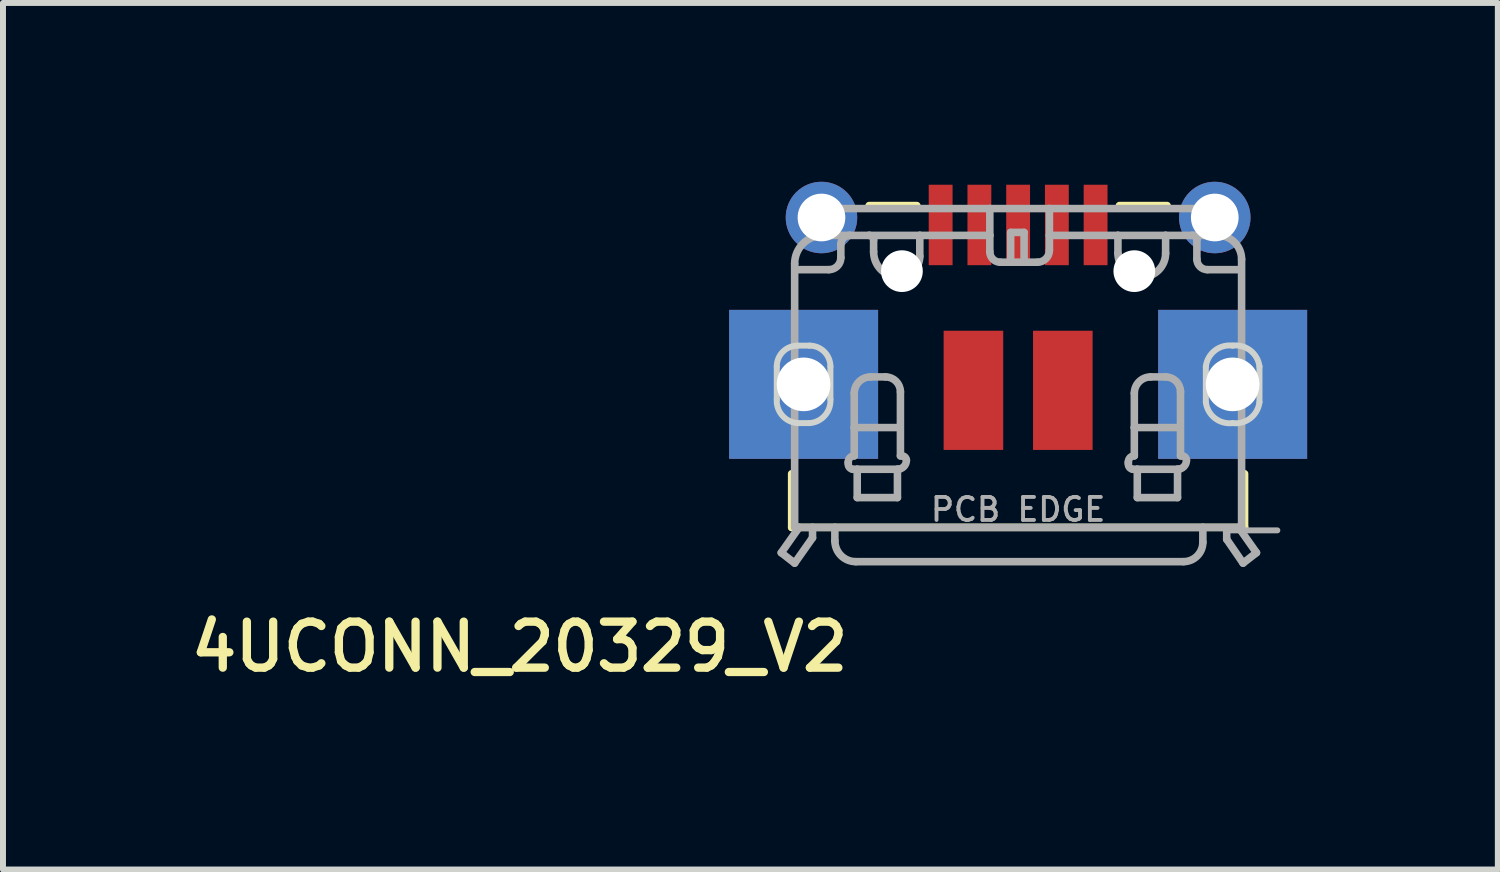
<source format=kicad_pcb>
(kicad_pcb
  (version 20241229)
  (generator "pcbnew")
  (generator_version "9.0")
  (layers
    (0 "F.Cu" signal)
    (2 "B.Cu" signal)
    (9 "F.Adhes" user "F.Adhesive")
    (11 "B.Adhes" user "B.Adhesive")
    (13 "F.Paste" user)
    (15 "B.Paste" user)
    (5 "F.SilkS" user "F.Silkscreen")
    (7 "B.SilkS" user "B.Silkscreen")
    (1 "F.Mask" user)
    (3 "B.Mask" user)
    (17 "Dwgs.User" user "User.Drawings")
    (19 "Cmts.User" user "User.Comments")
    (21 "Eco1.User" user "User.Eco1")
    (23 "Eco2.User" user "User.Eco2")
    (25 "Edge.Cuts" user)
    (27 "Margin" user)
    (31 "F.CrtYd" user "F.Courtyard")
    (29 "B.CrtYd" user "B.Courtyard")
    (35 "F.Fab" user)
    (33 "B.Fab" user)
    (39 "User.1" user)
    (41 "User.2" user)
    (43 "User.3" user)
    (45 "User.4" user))
  (footprint "4UCONN_20329_V2"
    (layer "F.Cu")
    (at 14.035 1.5)
    (property "Reference" "4UCONN_20329_V2" (at -2.778 5.852 180) (layer "F.SilkS") (effects (font (size 0.772 0.772) (thickness 0.139)) (justify right top)))
    (attr through_hole)
    (fp_poly (pts (xy -1.55 -0.05) (xy -1.05 -0.05) (xy -1.05 -1.5) (xy -1.55 -1.5)) (stroke (width 0) (type solid)) (fill yes) (layer "F.Mask"))
    (fp_poly (pts (xy -0.9 -0.05) (xy -0.4 -0.05) (xy -0.4 -1.5) (xy -0.9 -1.5)) (stroke (width 0) (type solid)) (fill yes) (layer "F.Mask"))
    (fp_poly (pts (xy -0.25 -0.05) (xy 0.25 -0.05) (xy 0.25 -1.5) (xy -0.25 -1.5)) (stroke (width 0) (type solid)) (fill yes) (layer "F.Mask"))
    (fp_poly (pts (xy 0.4 -0.05) (xy 0.9 -0.05) (xy 0.9 -1.5) (xy 0.4 -1.5)) (stroke (width 0) (type solid)) (fill yes) (layer "F.Mask"))
    (fp_poly (pts (xy 1.05 -0.05) (xy 1.55 -0.05) (xy 1.55 -1.5) (xy 1.05 -1.5)) (stroke (width 0) (type solid)) (fill yes) (layer "F.Mask"))
    (fp_line (start -3.8 3.4) (end -3.8 4.3) (stroke (width 0.127) (type solid)) (layer "F.SilkS"))
    (fp_line (start -3.8 4.3) (end 3.8 4.3) (stroke (width 0.127) (type solid)) (layer "F.SilkS"))
    (fp_line (start -2.5 -1.1) (end -1.7 -1.1) (stroke (width 0.127) (type solid)) (layer "F.SilkS"))
    (fp_line (start 1.7 -1.1) (end 2.5 -1.1) (stroke (width 0.127) (type solid)) (layer "F.SilkS"))
    (fp_line (start 3.8 4.3) (end 3.8 3.4) (stroke (width 0.127) (type solid)) (layer "F.SilkS"))
    (fp_poly (pts (xy -4.85 3.15) (xy -2.35 3.15) (xy -2.35 0.65) (xy -4.85 0.65)) (stroke (width 0) (type solid)) (fill yes) (layer "F.Paste"))
    (fp_poly (pts (xy 2.35 3.15) (xy 4.85 3.15) (xy 4.85 0.65) (xy 2.35 0.65)) (stroke (width 0) (type solid)) (fill yes) (layer "F.Paste"))
    (fp_poly (pts (xy -5.05 -0.9) (xy -5.014 -0.724) (xy -4.925 -0.567) (xy -4.793 -0.445) (xy -4.45 -0.35) (xy -3.35 -0.35) (xy -3.171 -0.37) (xy -3.007 -0.445) (xy -2.875 -0.567) (xy -2.786 -0.724) (xy -2.75 -0.9) (xy -2.786 -1.076) (xy -2.875 -1.233) (xy -3.007 -1.355) (xy -3.35 -1.45) (xy -4.45 -1.45) (xy -4.629 -1.43) (xy -4.793 -1.355) (xy -4.925 -1.233)) (stroke (width 0) (type solid)) (fill yes) (layer "F.Paste"))
    (fp_poly (pts (xy 2.75 -0.9) (xy 2.786 -0.724) (xy 2.875 -0.567) (xy 3.007 -0.445) (xy 3.35 -0.35) (xy 4.45 -0.35) (xy 4.629 -0.37) (xy 4.793 -0.445) (xy 4.925 -0.567) (xy 5.014 -0.724) (xy 5.05 -0.9) (xy 5.014 -1.076) (xy 4.925 -1.233) (xy 4.793 -1.355) (xy 4.45 -1.45) (xy 3.35 -1.45) (xy 3.171 -1.43) (xy 3.007 -1.355) (xy 2.875 -1.233)) (stroke (width 0) (type solid)) (fill yes) (layer "F.Paste"))
    (fp_line (start -4.05 2.15) (end -4.05 1.6) (stroke (width 0.1) (type solid)) (layer "Edge.Cuts"))
    (fp_line (start -3.7 1.25) (end -3.5 1.25) (stroke (width 0.1) (type solid)) (layer "Edge.Cuts"))
    (fp_line (start -3.5 2.55) (end -3.7 2.55) (stroke (width 0.1) (type solid)) (layer "Edge.Cuts"))
    (fp_line (start -3.15 1.6) (end -3.15 2.15) (stroke (width 0.1) (type solid)) (layer "Edge.Cuts"))
    (fp_line (start 3.15 2.2) (end 3.15 1.6) (stroke (width 0.1) (type solid)) (layer "Edge.Cuts"))
    (fp_line (start 4.05 1.6) (end 4.05 2.2) (stroke (width 0.1) (type solid)) (layer "Edge.Cuts"))
    (fp_arc (start -4.05 1.6) (mid -3.947487 1.352513) (end -3.7 1.25) (stroke (width 0.1) (type solid)) (layer "Edge.Cuts"))
    (fp_arc (start -3.7 2.55) (mid -3.957843 2.422487) (end -4.05 2.15) (stroke (width 0.1) (type solid)) (layer "Edge.Cuts"))
    (fp_arc (start -3.5 1.25) (mid -3.252513 1.352513) (end -3.15 1.6) (stroke (width 0.1) (type solid)) (layer "Edge.Cuts"))
    (fp_arc (start -3.15 2.15) (mid -3.242157 2.422487) (end -3.5 2.55) (stroke (width 0.1) (type solid)) (layer "Edge.Cuts"))
    (fp_arc (start 3.15 1.6) (mid 3.302513 1.331802) (end 3.6 1.25) (stroke (width 0.1) (type solid)) (layer "Edge.Cuts"))
    (fp_arc (start 3.6 1.25) (mid 3.897487 1.331802) (end 4.05 1.6) (stroke (width 0.1) (type solid)) (layer "Edge.Cuts"))
    (fp_arc (start 3.6 2.55) (mid 3.302513 2.468198) (end 3.15 2.2) (stroke (width 0.1) (type solid)) (layer "Edge.Cuts"))
    (fp_arc (start 4.05 2.2) (mid 3.897487 2.468198) (end 3.6 2.55) (stroke (width 0.1) (type solid)) (layer "Edge.Cuts"))
    (fp_line (start -3.975 4.725) (end -3.75 4.9) (stroke (width 0.127) (type solid)) (layer "F.Fab"))
    (fp_line (start -3.975 4.725) (end -3.675 4.3) (stroke (width 0.127) (type solid)) (layer "F.Fab"))
    (fp_line (start -3.75 -0.125) (end -3.75 4.3) (stroke (width 0.127) (type solid)) (layer "F.Fab"))
    (fp_line (start -3.75 4.3) (end -3.675 4.3) (stroke (width 0.127) (type solid)) (layer "F.Fab"))
    (fp_line (start -3.75 4.9) (end -3.45 4.475) (stroke (width 0.127) (type solid)) (layer "F.Fab"))
    (fp_line (start -3.725 -0.025) (end -3.175 -0.025) (stroke (width 0.127) (type solid)) (layer "F.Fab"))
    (fp_line (start -3.675 4.3) (end -3.45 4.3) (stroke (width 0.127) (type solid)) (layer "F.Fab"))
    (fp_line (start -3.575 -1.05) (end -0.475 -1.05) (stroke (width 0.127) (type solid)) (layer "F.Fab"))
    (fp_line (start -3.575 -0.75) (end -3.575 -1.05) (stroke (width 0.127) (type solid)) (layer "F.Fab"))
    (fp_line (start -3.45 4.3) (end -3.075 4.3) (stroke (width 0.127) (type solid)) (layer "F.Fab"))
    (fp_line (start -3.45 4.475) (end -3.45 4.3) (stroke (width 0.127) (type solid)) (layer "F.Fab"))
    (fp_line (start -3.425 -0.75) (end -3.575 -0.75) (stroke (width 0.127) (type solid)) (layer "F.Fab"))
    (fp_line (start -3.425 -0.625) (end -3.425 -0.75) (stroke (width 0.127) (type solid)) (layer "F.Fab"))
    (fp_line (start -3.075 4.3) (end -3.075 4.525) (stroke (width 0.127) (type solid)) (layer "F.Fab"))
    (fp_line (start -3.075 4.3) (end 3.1 4.3) (stroke (width 0.127) (type solid)) (layer "F.Fab"))
    (fp_line (start -2.975 -0.225) (end -2.975 -0.45) (stroke (width 0.127) (type solid)) (layer "F.Fab"))
    (fp_line (start -2.85 3.225) (end -2.85 3.2) (stroke (width 0.127) (type solid)) (layer "F.Fab"))
    (fp_line (start -2.825 -0.6) (end -3.275 -0.6) (stroke (width 0.127) (type solid)) (layer "F.Fab"))
    (fp_line (start -2.825 -0.6) (end -2.5 -0.6) (stroke (width 0.127) (type solid)) (layer "F.Fab"))
    (fp_line (start -2.75 2.625) (end -2.75 2.05) (stroke (width 0.127) (type solid)) (layer "F.Fab"))
    (fp_line (start -2.75 2.625) (end -2 2.625) (stroke (width 0.127) (type solid)) (layer "F.Fab"))
    (fp_line (start -2.75 3.1) (end -2.75 2.625) (stroke (width 0.127) (type solid)) (layer "F.Fab"))
    (fp_line (start -2.725 4.875) (end 2.775 4.875) (stroke (width 0.127) (type solid)) (layer "F.Fab"))
    (fp_line (start -2.7 3.325) (end -2.775 3.325) (stroke (width 0.127) (type solid)) (layer "F.Fab"))
    (fp_line (start -2.7 3.325) (end -2 3.325) (stroke (width 0.127) (type solid)) (layer "F.Fab"))
    (fp_line (start -2.7 3.8) (end -2.7 3.325) (stroke (width 0.127) (type solid)) (layer "F.Fab"))
    (fp_line (start -2.475 1.775) (end -2.225 1.775) (stroke (width 0.127) (type solid)) (layer "F.Fab"))
    (fp_line (start -2.425 -0.525) (end -2.425 -0.325) (stroke (width 0.127) (type solid)) (layer "F.Fab"))
    (fp_line (start -2.025 3.325) (end -2.025 3.8) (stroke (width 0.127) (type solid)) (layer "F.Fab"))
    (fp_line (start -2.025 3.8) (end -2.7 3.8) (stroke (width 0.127) (type solid)) (layer "F.Fab"))
    (fp_line (start -1.975 2.025) (end -1.975 3.1) (stroke (width 0.127) (type solid)) (layer "F.Fab"))
    (fp_line (start -1.975 3.1) (end -1.95 3.1) (stroke (width 0.127) (type solid)) (layer "F.Fab"))
    (fp_line (start -1.65 -0.6) (end -2.5 -0.6) (stroke (width 0.127) (type solid)) (layer "F.Fab"))
    (fp_line (start -1.65 -0.25) (end -1.65 -0.6) (stroke (width 0.127) (type solid)) (layer "F.Fab"))
    (fp_line (start -0.475 -1.05) (end 0.525 -1.05) (stroke (width 0.127) (type solid)) (layer "F.Fab"))
    (fp_line (start -0.475 -0.6) (end -1.65 -0.6) (stroke (width 0.127) (type solid)) (layer "F.Fab"))
    (fp_line (start -0.475 -0.6) (end -0.475 -1.05) (stroke (width 0.127) (type solid)) (layer "F.Fab"))
    (fp_line (start -0.475 -0.325) (end -0.475 -0.6) (stroke (width 0.127) (type solid)) (layer "F.Fab"))
    (fp_line (start -0.125 -0.65) (end 0.1 -0.65) (stroke (width 0.127) (type solid)) (layer "F.Fab"))
    (fp_line (start -0.125 -0.175) (end -0.125 -0.65) (stroke (width 0.127) (type solid)) (layer "F.Fab"))
    (fp_line (start 0.1 -0.65) (end 0.1 -0.175) (stroke (width 0.127) (type solid)) (layer "F.Fab"))
    (fp_line (start 0.325 -0.15) (end -0.3 -0.15) (stroke (width 0.127) (type solid)) (layer "F.Fab"))
    (fp_line (start 0.525 -1.05) (end 0.525 -0.6) (stroke (width 0.127) (type solid)) (layer "F.Fab"))
    (fp_line (start 0.525 -1.05) (end 3.6 -1.05) (stroke (width 0.127) (type solid)) (layer "F.Fab"))
    (fp_line (start 0.525 -0.6) (end 0.525 -0.35) (stroke (width 0.127) (type solid)) (layer "F.Fab"))
    (fp_line (start 1.675 -0.6) (end 0.525 -0.6) (stroke (width 0.127) (type solid)) (layer "F.Fab"))
    (fp_line (start 1.675 -0.6) (end 1.675 -0.3) (stroke (width 0.127) (type solid)) (layer "F.Fab"))
    (fp_line (start 1.85 3.225) (end 1.85 3.2) (stroke (width 0.127) (type solid)) (layer "F.Fab"))
    (fp_line (start 1.95 2.625) (end 1.95 2.05) (stroke (width 0.127) (type solid)) (layer "F.Fab"))
    (fp_line (start 1.95 2.625) (end 2.7 2.625) (stroke (width 0.127) (type solid)) (layer "F.Fab"))
    (fp_line (start 1.95 3.1) (end 1.95 2.625) (stroke (width 0.127) (type solid)) (layer "F.Fab"))
    (fp_line (start 2 3.325) (end 1.925 3.325) (stroke (width 0.127) (type solid)) (layer "F.Fab"))
    (fp_line (start 2 3.325) (end 2.7 3.325) (stroke (width 0.127) (type solid)) (layer "F.Fab"))
    (fp_line (start 2 3.8) (end 2 3.325) (stroke (width 0.127) (type solid)) (layer "F.Fab"))
    (fp_line (start 2.225 1.775) (end 2.475 1.775) (stroke (width 0.127) (type solid)) (layer "F.Fab"))
    (fp_line (start 2.475 -0.6) (end 1.675 -0.6) (stroke (width 0.127) (type solid)) (layer "F.Fab"))
    (fp_line (start 2.475 -0.6) (end 2.925 -0.6) (stroke (width 0.127) (type solid)) (layer "F.Fab"))
    (fp_line (start 2.475 -0.3) (end 2.475 -0.6) (stroke (width 0.127) (type solid)) (layer "F.Fab"))
    (fp_line (start 2.675 3.325) (end 2.675 3.8) (stroke (width 0.127) (type solid)) (layer "F.Fab"))
    (fp_line (start 2.675 3.8) (end 2 3.8) (stroke (width 0.127) (type solid)) (layer "F.Fab"))
    (fp_line (start 2.725 2.025) (end 2.725 3.1) (stroke (width 0.127) (type solid)) (layer "F.Fab"))
    (fp_line (start 2.725 3.1) (end 2.75 3.1) (stroke (width 0.127) (type solid)) (layer "F.Fab"))
    (fp_line (start 3 -0.525) (end 3 -0.2) (stroke (width 0.127) (type solid)) (layer "F.Fab"))
    (fp_line (start 3.1 4.3) (end 3.7 4.3) (stroke (width 0.127) (type solid)) (layer "F.Fab"))
    (fp_line (start 3.1 4.55) (end 3.1 4.3) (stroke (width 0.127) (type solid)) (layer "F.Fab"))
    (fp_line (start 3.175 -0.025) (end 3.725 -0.025) (stroke (width 0.127) (type solid)) (layer "F.Fab"))
    (fp_line (start 3.35 -0.775) (end 3.35 -0.6) (stroke (width 0.127) (type solid)) (layer "F.Fab"))
    (fp_line (start 3.35 -0.6) (end 2.925 -0.6) (stroke (width 0.127) (type solid)) (layer "F.Fab"))
    (fp_line (start 3.5 4.35) (end 4.35 4.35) (stroke (width 0.1) (type solid)) (layer "F.Fab"))
    (fp_line (start 3.5 4.5) (end 3.5 4.35) (stroke (width 0.127) (type solid)) (layer "F.Fab"))
    (fp_line (start 3.6 -1.05) (end 3.6 -0.775) (stroke (width 0.127) (type solid)) (layer "F.Fab"))
    (fp_line (start 3.6 -0.775) (end 3.35 -0.775) (stroke (width 0.127) (type solid)) (layer "F.Fab"))
    (fp_line (start 3.7 4.3) (end 3.75 4.3) (stroke (width 0.127) (type solid)) (layer "F.Fab"))
    (fp_line (start 3.7 4.3) (end 4 4.725) (stroke (width 0.127) (type solid)) (layer "F.Fab"))
    (fp_line (start 3.75 4.3) (end 3.75 -0.2) (stroke (width 0.127) (type solid)) (layer "F.Fab"))
    (fp_line (start 3.775 4.9) (end 3.5 4.5) (stroke (width 0.127) (type solid)) (layer "F.Fab"))
    (fp_line (start 4 4.725) (end 3.775 4.9) (stroke (width 0.127) (type solid)) (layer "F.Fab"))
    (fp_arc (start -3.750001 -0.124999) (mid -3.610876 -0.460875) (end -3.275 -0.6) (stroke (width 0.127) (type solid)) (layer "F.Fab"))
    (fp_arc (start -2.975 -0.45) (mid -2.931066 -0.556066) (end -2.825 -0.6) (stroke (width 0.127) (type solid)) (layer "F.Fab"))
    (fp_arc (start -2.975 -0.225) (mid -3.033579 -0.083579) (end -3.175 -0.025) (stroke (width 0.127) (type solid)) (layer "F.Fab"))
    (fp_arc (start -2.85 3.2) (mid -2.820711 3.129289) (end -2.75 3.1) (stroke (width 0.127) (type solid)) (layer "F.Fab"))
    (fp_arc (start -2.775 3.325) (mid -2.833211 3.290533) (end -2.85 3.225) (stroke (width 0.127) (type solid)) (layer "F.Fab"))
    (fp_arc (start -2.75 2.05) (mid -2.669454 1.855546) (end -2.475 1.775) (stroke (width 0.127) (type solid)) (layer "F.Fab"))
    (fp_arc (start -2.725 4.875) (mid -2.972487 4.772487) (end -3.075 4.525) (stroke (width 0.127) (type solid)) (layer "F.Fab"))
    (fp_arc (start -2.5 -0.6) (mid -2.446967 -0.578033) (end -2.425 -0.525) (stroke (width 0.127) (type solid)) (layer "F.Fab"))
    (fp_arc (start -2.225 1.775) (mid -2.048223 1.848223) (end -1.975 2.025) (stroke (width 0.127) (type solid)) (layer "F.Fab"))
    (fp_arc (start -2 0.1) (mid -2.30052 -0.02448) (end -2.425 -0.325) (stroke (width 0.127) (type solid)) (layer "F.Fab"))
    (fp_arc (start -1.95 3.1) (mid -1.896967 3.121967) (end -1.875 3.175) (stroke (width 0.127) (type solid)) (layer "F.Fab"))
    (fp_arc (start -1.875 3.175) (mid -1.918934 3.281066) (end -2.025 3.325) (stroke (width 0.127) (type solid)) (layer "F.Fab"))
    (fp_arc (start -1.65 -0.25) (mid -1.752513 -0.002513) (end -2 0.1) (stroke (width 0.127) (type solid)) (layer "F.Fab"))
    (fp_arc (start -0.3 -0.15) (mid -0.423744 -0.201256) (end -0.475 -0.325) (stroke (width 0.127) (type solid)) (layer "F.Fab"))
    (fp_arc (start 0.525 -0.35) (mid 0.466421 -0.208579) (end 0.325 -0.15) (stroke (width 0.127) (type solid)) (layer "F.Fab"))
    (fp_arc (start 1.85 3.2) (mid 1.879289 3.129289) (end 1.95 3.1) (stroke (width 0.127) (type solid)) (layer "F.Fab"))
    (fp_arc (start 1.925 3.325) (mid 1.866789 3.290533) (end 1.85 3.225) (stroke (width 0.127) (type solid)) (layer "F.Fab"))
    (fp_arc (start 1.95 2.05) (mid 2.030546 1.855546) (end 2.225 1.775) (stroke (width 0.127) (type solid)) (layer "F.Fab"))
    (fp_arc (start 2.075 0.1) (mid 1.792157 -0.017157) (end 1.675 -0.3) (stroke (width 0.127) (type solid)) (layer "F.Fab"))
    (fp_arc (start 2.475 -0.3) (mid 2.357843 -0.017157) (end 2.075 0.1) (stroke (width 0.127) (type solid)) (layer "F.Fab"))
    (fp_arc (start 2.475 1.775) (mid 2.651777 1.848223) (end 2.725 2.025) (stroke (width 0.127) (type solid)) (layer "F.Fab"))
    (fp_arc (start 2.75 3.1) (mid 2.803033 3.121967) (end 2.825 3.175) (stroke (width 0.127) (type solid)) (layer "F.Fab"))
    (fp_arc (start 2.825 3.175) (mid 2.781066 3.281066) (end 2.675 3.325) (stroke (width 0.127) (type solid)) (layer "F.Fab"))
    (fp_arc (start 2.925 -0.6) (mid 2.978033 -0.578033) (end 3 -0.525) (stroke (width 0.127) (type solid)) (layer "F.Fab"))
    (fp_arc (start 3.1 4.55) (mid 3.00481 4.77981) (end 2.775 4.875) (stroke (width 0.127) (type solid)) (layer "F.Fab"))
    (fp_arc (start 3.175 -0.025) (mid 3.051256 -0.076256) (end 3 -0.2) (stroke (width 0.127) (type solid)) (layer "F.Fab"))
    (fp_arc (start 3.349999 -0.599999) (mid 3.632842 -0.482842) (end 3.75 -0.2) (stroke (width 0.127) (type solid)) (layer "F.Fab"))
    (fp_text user "PCB EDGE" (at 0 4 0) (layer "F.Fab") (effects (font (size 0.386 0.386) (thickness 0.065))))
    (pad "" np_thru_hole circle (at -1.95 0) (size 0.7 0.7) (drill 0.7) (layers "*.Cu"))
    (pad "" np_thru_hole circle (at 1.95 0) (size 0.7 0.7) (drill 0.7) (layers "*.Cu"))
    (pad "BASE@1" smd rect (at -0.75 2 90) (size 2 1) (layers "F.Cu" "F.Mask" "F.Paste"))
    (pad "BASE@2" smd rect (at 0.75 2 90) (size 2 1) (layers "F.Cu" "F.Mask" "F.Paste"))
    (pad "D+" smd rect (at 0 -0.775) (size 0.4 1.35) (layers "F.Cu" "F.Mask" "F.Paste"))
    (pad "D-" smd rect (at -0.65 -0.775) (size 0.4 1.35) (layers "F.Cu" "F.Mask" "F.Paste"))
    (pad "GND" smd rect (at 1.3 -0.775) (size 0.4 1.35) (layers "F.Cu" "F.Mask" "F.Paste"))
    (pad "ID" smd rect (at 0.65 -0.775) (size 0.4 1.35) (layers "F.Cu" "F.Mask" "F.Paste"))
    (pad "SPRT@1" thru_hole circle (at -3.3 -0.9 180) (size 1.2 1.2) (drill 0.8) (layers "*.Cu" "*.Mask"))
    (pad "SPRT@2" thru_hole circle (at 3.3 -0.9) (size 1.2 1.2) (drill 0.8) (layers "*.Cu" "*.Mask"))
    (pad "SPRT@3" thru_hole rect (at -3.6 1.9 90) (size 2.5 2.5) (drill 0.9) (layers "*.Cu" "*.Mask"))
    (pad "SPRT@4" thru_hole rect (at 3.6 1.9 90) (size 2.5 2.5) (drill 0.9) (layers "*.Cu" "*.Mask"))
    (pad "VBUS" smd rect (at -1.3 -0.775) (size 0.4 1.35) (layers "F.Cu" "F.Mask" "F.Paste")))
  (gr_rect
    (start -3 -3)
    (end 22.085 11.541)
    (stroke (width 0.1) (type default))
    (fill no)
    (layer "Edge.Cuts")))
</source>
